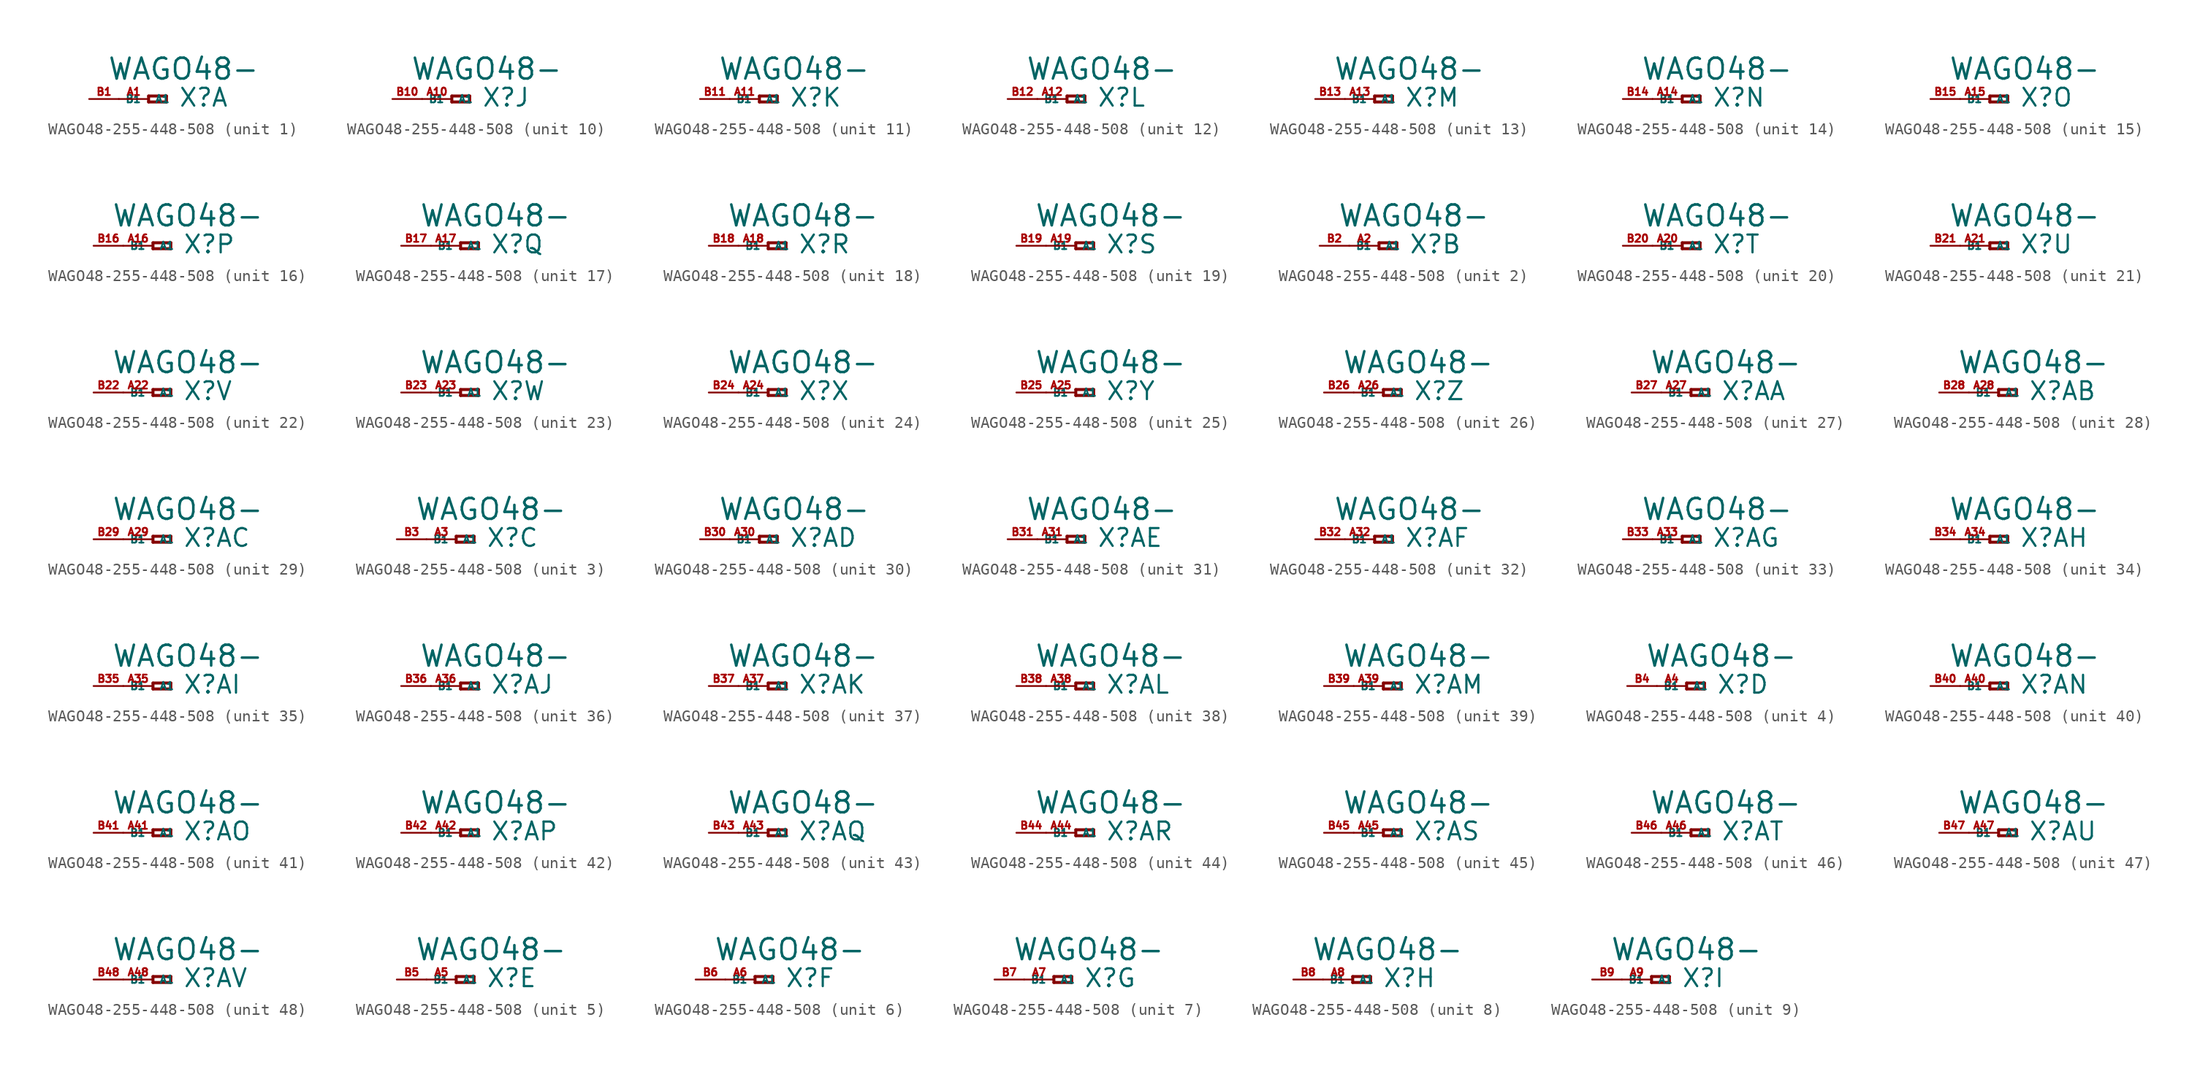
<source format=kicad_sym>
(kicad_symbol_lib
  (version 20220914)
  (generator Eagle2Kicad)
  (symbol "WAGO48-255-448-508"
    (property "Reference" "X"
      (at 2.54 -0.762 0)
      (effects (font (size 1.524 1.524) (thickness 0.19)) (justify left bottom)))
    (property "Value" "WAGO48-"
      (at -3.556 1.524 0)
      (effects (font (size 1.778 1.778) (thickness 0.22)) (justify left bottom)))
    (symbol "WAGO48-255-448-508_1_0"
      (polyline (pts (xy 0 0.254) (xy 0 -0.254)) (stroke (width 0.254) (type default)) (fill (type none)))
      (polyline (pts (xy 0 -0.254) (xy 1.524 -0.254)) (stroke (width 0.254) (type default)) (fill (type none)))
      (polyline (pts (xy 1.524 -0.254) (xy 1.524 0.254)) (stroke (width 0.254) (type default)) (fill (type none)))
      (polyline (pts (xy 1.524 0.254) (xy 0 0.254)) (stroke (width 0.254) (type default)) (fill (type none)))
      (pin passive line (at -2.54 0 0) (length 2.54) (name "A1" (effects (font (size 0.635 0.635) (thickness 0.08)) (justify left bottom))) (number "A1" (effects (font (size 0.635 0.635) (thickness 0.08)) (justify left bottom))))
      (pin passive line (at -5.08 0 0) (length 2.54) (name "B1" (effects (font (size 0.635 0.635) (thickness 0.08)) (justify left bottom))) (number "B1" (effects (font (size 0.635 0.635) (thickness 0.08)) (justify left bottom)))))
    (symbol "WAGO48-255-448-508_2_0"
      (polyline (pts (xy 0 0.254) (xy 0 -0.254)) (stroke (width 0.254) (type default)) (fill (type none)))
      (polyline (pts (xy 0 -0.254) (xy 1.524 -0.254)) (stroke (width 0.254) (type default)) (fill (type none)))
      (polyline (pts (xy 1.524 -0.254) (xy 1.524 0.254)) (stroke (width 0.254) (type default)) (fill (type none)))
      (polyline (pts (xy 1.524 0.254) (xy 0 0.254)) (stroke (width 0.254) (type default)) (fill (type none)))
      (pin passive line (at -2.54 0 0) (length 2.54) (name "A1" (effects (font (size 0.635 0.635) (thickness 0.08)) (justify left bottom))) (number "A2" (effects (font (size 0.635 0.635) (thickness 0.08)) (justify left bottom))))
      (pin passive line (at -5.08 0 0) (length 2.54) (name "B1" (effects (font (size 0.635 0.635) (thickness 0.08)) (justify left bottom))) (number "B2" (effects (font (size 0.635 0.635) (thickness 0.08)) (justify left bottom)))))
    (symbol "WAGO48-255-448-508_3_0"
      (polyline (pts (xy 0 0.254) (xy 0 -0.254)) (stroke (width 0.254) (type default)) (fill (type none)))
      (polyline (pts (xy 0 -0.254) (xy 1.524 -0.254)) (stroke (width 0.254) (type default)) (fill (type none)))
      (polyline (pts (xy 1.524 -0.254) (xy 1.524 0.254)) (stroke (width 0.254) (type default)) (fill (type none)))
      (polyline (pts (xy 1.524 0.254) (xy 0 0.254)) (stroke (width 0.254) (type default)) (fill (type none)))
      (pin passive line (at -2.54 0 0) (length 2.54) (name "A1" (effects (font (size 0.635 0.635) (thickness 0.08)) (justify left bottom))) (number "A3" (effects (font (size 0.635 0.635) (thickness 0.08)) (justify left bottom))))
      (pin passive line (at -5.08 0 0) (length 2.54) (name "B1" (effects (font (size 0.635 0.635) (thickness 0.08)) (justify left bottom))) (number "B3" (effects (font (size 0.635 0.635) (thickness 0.08)) (justify left bottom)))))
    (symbol "WAGO48-255-448-508_4_0"
      (polyline (pts (xy 0 0.254) (xy 0 -0.254)) (stroke (width 0.254) (type default)) (fill (type none)))
      (polyline (pts (xy 0 -0.254) (xy 1.524 -0.254)) (stroke (width 0.254) (type default)) (fill (type none)))
      (polyline (pts (xy 1.524 -0.254) (xy 1.524 0.254)) (stroke (width 0.254) (type default)) (fill (type none)))
      (polyline (pts (xy 1.524 0.254) (xy 0 0.254)) (stroke (width 0.254) (type default)) (fill (type none)))
      (pin passive line (at -2.54 0 0) (length 2.54) (name "A1" (effects (font (size 0.635 0.635) (thickness 0.08)) (justify left bottom))) (number "A4" (effects (font (size 0.635 0.635) (thickness 0.08)) (justify left bottom))))
      (pin passive line (at -5.08 0 0) (length 2.54) (name "B1" (effects (font (size 0.635 0.635) (thickness 0.08)) (justify left bottom))) (number "B4" (effects (font (size 0.635 0.635) (thickness 0.08)) (justify left bottom)))))
    (symbol "WAGO48-255-448-508_5_0"
      (polyline (pts (xy 0 0.254) (xy 0 -0.254)) (stroke (width 0.254) (type default)) (fill (type none)))
      (polyline (pts (xy 0 -0.254) (xy 1.524 -0.254)) (stroke (width 0.254) (type default)) (fill (type none)))
      (polyline (pts (xy 1.524 -0.254) (xy 1.524 0.254)) (stroke (width 0.254) (type default)) (fill (type none)))
      (polyline (pts (xy 1.524 0.254) (xy 0 0.254)) (stroke (width 0.254) (type default)) (fill (type none)))
      (pin passive line (at -2.54 0 0) (length 2.54) (name "A1" (effects (font (size 0.635 0.635) (thickness 0.08)) (justify left bottom))) (number "A5" (effects (font (size 0.635 0.635) (thickness 0.08)) (justify left bottom))))
      (pin passive line (at -5.08 0 0) (length 2.54) (name "B1" (effects (font (size 0.635 0.635) (thickness 0.08)) (justify left bottom))) (number "B5" (effects (font (size 0.635 0.635) (thickness 0.08)) (justify left bottom)))))
    (symbol "WAGO48-255-448-508_6_0"
      (polyline (pts (xy 0 0.254) (xy 0 -0.254)) (stroke (width 0.254) (type default)) (fill (type none)))
      (polyline (pts (xy 0 -0.254) (xy 1.524 -0.254)) (stroke (width 0.254) (type default)) (fill (type none)))
      (polyline (pts (xy 1.524 -0.254) (xy 1.524 0.254)) (stroke (width 0.254) (type default)) (fill (type none)))
      (polyline (pts (xy 1.524 0.254) (xy 0 0.254)) (stroke (width 0.254) (type default)) (fill (type none)))
      (pin passive line (at -2.54 0 0) (length 2.54) (name "A1" (effects (font (size 0.635 0.635) (thickness 0.08)) (justify left bottom))) (number "A6" (effects (font (size 0.635 0.635) (thickness 0.08)) (justify left bottom))))
      (pin passive line (at -5.08 0 0) (length 2.54) (name "B1" (effects (font (size 0.635 0.635) (thickness 0.08)) (justify left bottom))) (number "B6" (effects (font (size 0.635 0.635) (thickness 0.08)) (justify left bottom)))))
    (symbol "WAGO48-255-448-508_7_0"
      (polyline (pts (xy 0 0.254) (xy 0 -0.254)) (stroke (width 0.254) (type default)) (fill (type none)))
      (polyline (pts (xy 0 -0.254) (xy 1.524 -0.254)) (stroke (width 0.254) (type default)) (fill (type none)))
      (polyline (pts (xy 1.524 -0.254) (xy 1.524 0.254)) (stroke (width 0.254) (type default)) (fill (type none)))
      (polyline (pts (xy 1.524 0.254) (xy 0 0.254)) (stroke (width 0.254) (type default)) (fill (type none)))
      (pin passive line (at -2.54 0 0) (length 2.54) (name "A1" (effects (font (size 0.635 0.635) (thickness 0.08)) (justify left bottom))) (number "A7" (effects (font (size 0.635 0.635) (thickness 0.08)) (justify left bottom))))
      (pin passive line (at -5.08 0 0) (length 2.54) (name "B1" (effects (font (size 0.635 0.635) (thickness 0.08)) (justify left bottom))) (number "B7" (effects (font (size 0.635 0.635) (thickness 0.08)) (justify left bottom)))))
    (symbol "WAGO48-255-448-508_8_0"
      (polyline (pts (xy 0 0.254) (xy 0 -0.254)) (stroke (width 0.254) (type default)) (fill (type none)))
      (polyline (pts (xy 0 -0.254) (xy 1.524 -0.254)) (stroke (width 0.254) (type default)) (fill (type none)))
      (polyline (pts (xy 1.524 -0.254) (xy 1.524 0.254)) (stroke (width 0.254) (type default)) (fill (type none)))
      (polyline (pts (xy 1.524 0.254) (xy 0 0.254)) (stroke (width 0.254) (type default)) (fill (type none)))
      (pin passive line (at -2.54 0 0) (length 2.54) (name "A1" (effects (font (size 0.635 0.635) (thickness 0.08)) (justify left bottom))) (number "A8" (effects (font (size 0.635 0.635) (thickness 0.08)) (justify left bottom))))
      (pin passive line (at -5.08 0 0) (length 2.54) (name "B1" (effects (font (size 0.635 0.635) (thickness 0.08)) (justify left bottom))) (number "B8" (effects (font (size 0.635 0.635) (thickness 0.08)) (justify left bottom)))))
    (symbol "WAGO48-255-448-508_9_0"
      (polyline (pts (xy 0 0.254) (xy 0 -0.254)) (stroke (width 0.254) (type default)) (fill (type none)))
      (polyline (pts (xy 0 -0.254) (xy 1.524 -0.254)) (stroke (width 0.254) (type default)) (fill (type none)))
      (polyline (pts (xy 1.524 -0.254) (xy 1.524 0.254)) (stroke (width 0.254) (type default)) (fill (type none)))
      (polyline (pts (xy 1.524 0.254) (xy 0 0.254)) (stroke (width 0.254) (type default)) (fill (type none)))
      (pin passive line (at -2.54 0 0) (length 2.54) (name "A1" (effects (font (size 0.635 0.635) (thickness 0.08)) (justify left bottom))) (number "A9" (effects (font (size 0.635 0.635) (thickness 0.08)) (justify left bottom))))
      (pin passive line (at -5.08 0 0) (length 2.54) (name "B1" (effects (font (size 0.635 0.635) (thickness 0.08)) (justify left bottom))) (number "B9" (effects (font (size 0.635 0.635) (thickness 0.08)) (justify left bottom)))))
    (symbol "WAGO48-255-448-508_10_0"
      (polyline (pts (xy 0 0.254) (xy 0 -0.254)) (stroke (width 0.254) (type default)) (fill (type none)))
      (polyline (pts (xy 0 -0.254) (xy 1.524 -0.254)) (stroke (width 0.254) (type default)) (fill (type none)))
      (polyline (pts (xy 1.524 -0.254) (xy 1.524 0.254)) (stroke (width 0.254) (type default)) (fill (type none)))
      (polyline (pts (xy 1.524 0.254) (xy 0 0.254)) (stroke (width 0.254) (type default)) (fill (type none)))
      (pin passive line (at -2.54 0 0) (length 2.54) (name "A1" (effects (font (size 0.635 0.635) (thickness 0.08)) (justify left bottom))) (number "A10" (effects (font (size 0.635 0.635) (thickness 0.08)) (justify left bottom))))
      (pin passive line (at -5.08 0 0) (length 2.54) (name "B1" (effects (font (size 0.635 0.635) (thickness 0.08)) (justify left bottom))) (number "B10" (effects (font (size 0.635 0.635) (thickness 0.08)) (justify left bottom)))))
    (symbol "WAGO48-255-448-508_11_0"
      (polyline (pts (xy 0 0.254) (xy 0 -0.254)) (stroke (width 0.254) (type default)) (fill (type none)))
      (polyline (pts (xy 0 -0.254) (xy 1.524 -0.254)) (stroke (width 0.254) (type default)) (fill (type none)))
      (polyline (pts (xy 1.524 -0.254) (xy 1.524 0.254)) (stroke (width 0.254) (type default)) (fill (type none)))
      (polyline (pts (xy 1.524 0.254) (xy 0 0.254)) (stroke (width 0.254) (type default)) (fill (type none)))
      (pin passive line (at -2.54 0 0) (length 2.54) (name "A1" (effects (font (size 0.635 0.635) (thickness 0.08)) (justify left bottom))) (number "A11" (effects (font (size 0.635 0.635) (thickness 0.08)) (justify left bottom))))
      (pin passive line (at -5.08 0 0) (length 2.54) (name "B1" (effects (font (size 0.635 0.635) (thickness 0.08)) (justify left bottom))) (number "B11" (effects (font (size 0.635 0.635) (thickness 0.08)) (justify left bottom)))))
    (symbol "WAGO48-255-448-508_12_0"
      (polyline (pts (xy 0 0.254) (xy 0 -0.254)) (stroke (width 0.254) (type default)) (fill (type none)))
      (polyline (pts (xy 0 -0.254) (xy 1.524 -0.254)) (stroke (width 0.254) (type default)) (fill (type none)))
      (polyline (pts (xy 1.524 -0.254) (xy 1.524 0.254)) (stroke (width 0.254) (type default)) (fill (type none)))
      (polyline (pts (xy 1.524 0.254) (xy 0 0.254)) (stroke (width 0.254) (type default)) (fill (type none)))
      (pin passive line (at -2.54 0 0) (length 2.54) (name "A1" (effects (font (size 0.635 0.635) (thickness 0.08)) (justify left bottom))) (number "A12" (effects (font (size 0.635 0.635) (thickness 0.08)) (justify left bottom))))
      (pin passive line (at -5.08 0 0) (length 2.54) (name "B1" (effects (font (size 0.635 0.635) (thickness 0.08)) (justify left bottom))) (number "B12" (effects (font (size 0.635 0.635) (thickness 0.08)) (justify left bottom)))))
    (symbol "WAGO48-255-448-508_13_0"
      (polyline (pts (xy 0 0.254) (xy 0 -0.254)) (stroke (width 0.254) (type default)) (fill (type none)))
      (polyline (pts (xy 0 -0.254) (xy 1.524 -0.254)) (stroke (width 0.254) (type default)) (fill (type none)))
      (polyline (pts (xy 1.524 -0.254) (xy 1.524 0.254)) (stroke (width 0.254) (type default)) (fill (type none)))
      (polyline (pts (xy 1.524 0.254) (xy 0 0.254)) (stroke (width 0.254) (type default)) (fill (type none)))
      (pin passive line (at -2.54 0 0) (length 2.54) (name "A1" (effects (font (size 0.635 0.635) (thickness 0.08)) (justify left bottom))) (number "A13" (effects (font (size 0.635 0.635) (thickness 0.08)) (justify left bottom))))
      (pin passive line (at -5.08 0 0) (length 2.54) (name "B1" (effects (font (size 0.635 0.635) (thickness 0.08)) (justify left bottom))) (number "B13" (effects (font (size 0.635 0.635) (thickness 0.08)) (justify left bottom)))))
    (symbol "WAGO48-255-448-508_14_0"
      (polyline (pts (xy 0 0.254) (xy 0 -0.254)) (stroke (width 0.254) (type default)) (fill (type none)))
      (polyline (pts (xy 0 -0.254) (xy 1.524 -0.254)) (stroke (width 0.254) (type default)) (fill (type none)))
      (polyline (pts (xy 1.524 -0.254) (xy 1.524 0.254)) (stroke (width 0.254) (type default)) (fill (type none)))
      (polyline (pts (xy 1.524 0.254) (xy 0 0.254)) (stroke (width 0.254) (type default)) (fill (type none)))
      (pin passive line (at -2.54 0 0) (length 2.54) (name "A1" (effects (font (size 0.635 0.635) (thickness 0.08)) (justify left bottom))) (number "A14" (effects (font (size 0.635 0.635) (thickness 0.08)) (justify left bottom))))
      (pin passive line (at -5.08 0 0) (length 2.54) (name "B1" (effects (font (size 0.635 0.635) (thickness 0.08)) (justify left bottom))) (number "B14" (effects (font (size 0.635 0.635) (thickness 0.08)) (justify left bottom)))))
    (symbol "WAGO48-255-448-508_15_0"
      (polyline (pts (xy 0 0.254) (xy 0 -0.254)) (stroke (width 0.254) (type default)) (fill (type none)))
      (polyline (pts (xy 0 -0.254) (xy 1.524 -0.254)) (stroke (width 0.254) (type default)) (fill (type none)))
      (polyline (pts (xy 1.524 -0.254) (xy 1.524 0.254)) (stroke (width 0.254) (type default)) (fill (type none)))
      (polyline (pts (xy 1.524 0.254) (xy 0 0.254)) (stroke (width 0.254) (type default)) (fill (type none)))
      (pin passive line (at -2.54 0 0) (length 2.54) (name "A1" (effects (font (size 0.635 0.635) (thickness 0.08)) (justify left bottom))) (number "A15" (effects (font (size 0.635 0.635) (thickness 0.08)) (justify left bottom))))
      (pin passive line (at -5.08 0 0) (length 2.54) (name "B1" (effects (font (size 0.635 0.635) (thickness 0.08)) (justify left bottom))) (number "B15" (effects (font (size 0.635 0.635) (thickness 0.08)) (justify left bottom)))))
    (symbol "WAGO48-255-448-508_16_0"
      (polyline (pts (xy 0 0.254) (xy 0 -0.254)) (stroke (width 0.254) (type default)) (fill (type none)))
      (polyline (pts (xy 0 -0.254) (xy 1.524 -0.254)) (stroke (width 0.254) (type default)) (fill (type none)))
      (polyline (pts (xy 1.524 -0.254) (xy 1.524 0.254)) (stroke (width 0.254) (type default)) (fill (type none)))
      (polyline (pts (xy 1.524 0.254) (xy 0 0.254)) (stroke (width 0.254) (type default)) (fill (type none)))
      (pin passive line (at -2.54 0 0) (length 2.54) (name "A1" (effects (font (size 0.635 0.635) (thickness 0.08)) (justify left bottom))) (number "A16" (effects (font (size 0.635 0.635) (thickness 0.08)) (justify left bottom))))
      (pin passive line (at -5.08 0 0) (length 2.54) (name "B1" (effects (font (size 0.635 0.635) (thickness 0.08)) (justify left bottom))) (number "B16" (effects (font (size 0.635 0.635) (thickness 0.08)) (justify left bottom)))))
    (symbol "WAGO48-255-448-508_17_0"
      (polyline (pts (xy 0 0.254) (xy 0 -0.254)) (stroke (width 0.254) (type default)) (fill (type none)))
      (polyline (pts (xy 0 -0.254) (xy 1.524 -0.254)) (stroke (width 0.254) (type default)) (fill (type none)))
      (polyline (pts (xy 1.524 -0.254) (xy 1.524 0.254)) (stroke (width 0.254) (type default)) (fill (type none)))
      (polyline (pts (xy 1.524 0.254) (xy 0 0.254)) (stroke (width 0.254) (type default)) (fill (type none)))
      (pin passive line (at -2.54 0 0) (length 2.54) (name "A1" (effects (font (size 0.635 0.635) (thickness 0.08)) (justify left bottom))) (number "A17" (effects (font (size 0.635 0.635) (thickness 0.08)) (justify left bottom))))
      (pin passive line (at -5.08 0 0) (length 2.54) (name "B1" (effects (font (size 0.635 0.635) (thickness 0.08)) (justify left bottom))) (number "B17" (effects (font (size 0.635 0.635) (thickness 0.08)) (justify left bottom)))))
    (symbol "WAGO48-255-448-508_18_0"
      (polyline (pts (xy 0 0.254) (xy 0 -0.254)) (stroke (width 0.254) (type default)) (fill (type none)))
      (polyline (pts (xy 0 -0.254) (xy 1.524 -0.254)) (stroke (width 0.254) (type default)) (fill (type none)))
      (polyline (pts (xy 1.524 -0.254) (xy 1.524 0.254)) (stroke (width 0.254) (type default)) (fill (type none)))
      (polyline (pts (xy 1.524 0.254) (xy 0 0.254)) (stroke (width 0.254) (type default)) (fill (type none)))
      (pin passive line (at -2.54 0 0) (length 2.54) (name "A1" (effects (font (size 0.635 0.635) (thickness 0.08)) (justify left bottom))) (number "A18" (effects (font (size 0.635 0.635) (thickness 0.08)) (justify left bottom))))
      (pin passive line (at -5.08 0 0) (length 2.54) (name "B1" (effects (font (size 0.635 0.635) (thickness 0.08)) (justify left bottom))) (number "B18" (effects (font (size 0.635 0.635) (thickness 0.08)) (justify left bottom)))))
    (symbol "WAGO48-255-448-508_19_0"
      (polyline (pts (xy 0 0.254) (xy 0 -0.254)) (stroke (width 0.254) (type default)) (fill (type none)))
      (polyline (pts (xy 0 -0.254) (xy 1.524 -0.254)) (stroke (width 0.254) (type default)) (fill (type none)))
      (polyline (pts (xy 1.524 -0.254) (xy 1.524 0.254)) (stroke (width 0.254) (type default)) (fill (type none)))
      (polyline (pts (xy 1.524 0.254) (xy 0 0.254)) (stroke (width 0.254) (type default)) (fill (type none)))
      (pin passive line (at -2.54 0 0) (length 2.54) (name "A1" (effects (font (size 0.635 0.635) (thickness 0.08)) (justify left bottom))) (number "A19" (effects (font (size 0.635 0.635) (thickness 0.08)) (justify left bottom))))
      (pin passive line (at -5.08 0 0) (length 2.54) (name "B1" (effects (font (size 0.635 0.635) (thickness 0.08)) (justify left bottom))) (number "B19" (effects (font (size 0.635 0.635) (thickness 0.08)) (justify left bottom)))))
    (symbol "WAGO48-255-448-508_20_0"
      (polyline (pts (xy 0 0.254) (xy 0 -0.254)) (stroke (width 0.254) (type default)) (fill (type none)))
      (polyline (pts (xy 0 -0.254) (xy 1.524 -0.254)) (stroke (width 0.254) (type default)) (fill (type none)))
      (polyline (pts (xy 1.524 -0.254) (xy 1.524 0.254)) (stroke (width 0.254) (type default)) (fill (type none)))
      (polyline (pts (xy 1.524 0.254) (xy 0 0.254)) (stroke (width 0.254) (type default)) (fill (type none)))
      (pin passive line (at -2.54 0 0) (length 2.54) (name "A1" (effects (font (size 0.635 0.635) (thickness 0.08)) (justify left bottom))) (number "A20" (effects (font (size 0.635 0.635) (thickness 0.08)) (justify left bottom))))
      (pin passive line (at -5.08 0 0) (length 2.54) (name "B1" (effects (font (size 0.635 0.635) (thickness 0.08)) (justify left bottom))) (number "B20" (effects (font (size 0.635 0.635) (thickness 0.08)) (justify left bottom)))))
    (symbol "WAGO48-255-448-508_21_0"
      (polyline (pts (xy 0 0.254) (xy 0 -0.254)) (stroke (width 0.254) (type default)) (fill (type none)))
      (polyline (pts (xy 0 -0.254) (xy 1.524 -0.254)) (stroke (width 0.254) (type default)) (fill (type none)))
      (polyline (pts (xy 1.524 -0.254) (xy 1.524 0.254)) (stroke (width 0.254) (type default)) (fill (type none)))
      (polyline (pts (xy 1.524 0.254) (xy 0 0.254)) (stroke (width 0.254) (type default)) (fill (type none)))
      (pin passive line (at -2.54 0 0) (length 2.54) (name "A1" (effects (font (size 0.635 0.635) (thickness 0.08)) (justify left bottom))) (number "A21" (effects (font (size 0.635 0.635) (thickness 0.08)) (justify left bottom))))
      (pin passive line (at -5.08 0 0) (length 2.54) (name "B1" (effects (font (size 0.635 0.635) (thickness 0.08)) (justify left bottom))) (number "B21" (effects (font (size 0.635 0.635) (thickness 0.08)) (justify left bottom)))))
    (symbol "WAGO48-255-448-508_22_0"
      (polyline (pts (xy 0 0.254) (xy 0 -0.254)) (stroke (width 0.254) (type default)) (fill (type none)))
      (polyline (pts (xy 0 -0.254) (xy 1.524 -0.254)) (stroke (width 0.254) (type default)) (fill (type none)))
      (polyline (pts (xy 1.524 -0.254) (xy 1.524 0.254)) (stroke (width 0.254) (type default)) (fill (type none)))
      (polyline (pts (xy 1.524 0.254) (xy 0 0.254)) (stroke (width 0.254) (type default)) (fill (type none)))
      (pin passive line (at -2.54 0 0) (length 2.54) (name "A1" (effects (font (size 0.635 0.635) (thickness 0.08)) (justify left bottom))) (number "A22" (effects (font (size 0.635 0.635) (thickness 0.08)) (justify left bottom))))
      (pin passive line (at -5.08 0 0) (length 2.54) (name "B1" (effects (font (size 0.635 0.635) (thickness 0.08)) (justify left bottom))) (number "B22" (effects (font (size 0.635 0.635) (thickness 0.08)) (justify left bottom)))))
    (symbol "WAGO48-255-448-508_23_0"
      (polyline (pts (xy 0 0.254) (xy 0 -0.254)) (stroke (width 0.254) (type default)) (fill (type none)))
      (polyline (pts (xy 0 -0.254) (xy 1.524 -0.254)) (stroke (width 0.254) (type default)) (fill (type none)))
      (polyline (pts (xy 1.524 -0.254) (xy 1.524 0.254)) (stroke (width 0.254) (type default)) (fill (type none)))
      (polyline (pts (xy 1.524 0.254) (xy 0 0.254)) (stroke (width 0.254) (type default)) (fill (type none)))
      (pin passive line (at -2.54 0 0) (length 2.54) (name "A1" (effects (font (size 0.635 0.635) (thickness 0.08)) (justify left bottom))) (number "A23" (effects (font (size 0.635 0.635) (thickness 0.08)) (justify left bottom))))
      (pin passive line (at -5.08 0 0) (length 2.54) (name "B1" (effects (font (size 0.635 0.635) (thickness 0.08)) (justify left bottom))) (number "B23" (effects (font (size 0.635 0.635) (thickness 0.08)) (justify left bottom)))))
    (symbol "WAGO48-255-448-508_24_0"
      (polyline (pts (xy 0 0.254) (xy 0 -0.254)) (stroke (width 0.254) (type default)) (fill (type none)))
      (polyline (pts (xy 0 -0.254) (xy 1.524 -0.254)) (stroke (width 0.254) (type default)) (fill (type none)))
      (polyline (pts (xy 1.524 -0.254) (xy 1.524 0.254)) (stroke (width 0.254) (type default)) (fill (type none)))
      (polyline (pts (xy 1.524 0.254) (xy 0 0.254)) (stroke (width 0.254) (type default)) (fill (type none)))
      (pin passive line (at -2.54 0 0) (length 2.54) (name "A1" (effects (font (size 0.635 0.635) (thickness 0.08)) (justify left bottom))) (number "A24" (effects (font (size 0.635 0.635) (thickness 0.08)) (justify left bottom))))
      (pin passive line (at -5.08 0 0) (length 2.54) (name "B1" (effects (font (size 0.635 0.635) (thickness 0.08)) (justify left bottom))) (number "B24" (effects (font (size 0.635 0.635) (thickness 0.08)) (justify left bottom)))))
    (symbol "WAGO48-255-448-508_25_0"
      (polyline (pts (xy 0 0.254) (xy 0 -0.254)) (stroke (width 0.254) (type default)) (fill (type none)))
      (polyline (pts (xy 0 -0.254) (xy 1.524 -0.254)) (stroke (width 0.254) (type default)) (fill (type none)))
      (polyline (pts (xy 1.524 -0.254) (xy 1.524 0.254)) (stroke (width 0.254) (type default)) (fill (type none)))
      (polyline (pts (xy 1.524 0.254) (xy 0 0.254)) (stroke (width 0.254) (type default)) (fill (type none)))
      (pin passive line (at -2.54 0 0) (length 2.54) (name "A1" (effects (font (size 0.635 0.635) (thickness 0.08)) (justify left bottom))) (number "A25" (effects (font (size 0.635 0.635) (thickness 0.08)) (justify left bottom))))
      (pin passive line (at -5.08 0 0) (length 2.54) (name "B1" (effects (font (size 0.635 0.635) (thickness 0.08)) (justify left bottom))) (number "B25" (effects (font (size 0.635 0.635) (thickness 0.08)) (justify left bottom)))))
    (symbol "WAGO48-255-448-508_26_0"
      (polyline (pts (xy 0 0.254) (xy 0 -0.254)) (stroke (width 0.254) (type default)) (fill (type none)))
      (polyline (pts (xy 0 -0.254) (xy 1.524 -0.254)) (stroke (width 0.254) (type default)) (fill (type none)))
      (polyline (pts (xy 1.524 -0.254) (xy 1.524 0.254)) (stroke (width 0.254) (type default)) (fill (type none)))
      (polyline (pts (xy 1.524 0.254) (xy 0 0.254)) (stroke (width 0.254) (type default)) (fill (type none)))
      (pin passive line (at -2.54 0 0) (length 2.54) (name "A1" (effects (font (size 0.635 0.635) (thickness 0.08)) (justify left bottom))) (number "A26" (effects (font (size 0.635 0.635) (thickness 0.08)) (justify left bottom))))
      (pin passive line (at -5.08 0 0) (length 2.54) (name "B1" (effects (font (size 0.635 0.635) (thickness 0.08)) (justify left bottom))) (number "B26" (effects (font (size 0.635 0.635) (thickness 0.08)) (justify left bottom)))))
    (symbol "WAGO48-255-448-508_27_0"
      (polyline (pts (xy 0 0.254) (xy 0 -0.254)) (stroke (width 0.254) (type default)) (fill (type none)))
      (polyline (pts (xy 0 -0.254) (xy 1.524 -0.254)) (stroke (width 0.254) (type default)) (fill (type none)))
      (polyline (pts (xy 1.524 -0.254) (xy 1.524 0.254)) (stroke (width 0.254) (type default)) (fill (type none)))
      (polyline (pts (xy 1.524 0.254) (xy 0 0.254)) (stroke (width 0.254) (type default)) (fill (type none)))
      (pin passive line (at -2.54 0 0) (length 2.54) (name "A1" (effects (font (size 0.635 0.635) (thickness 0.08)) (justify left bottom))) (number "A27" (effects (font (size 0.635 0.635) (thickness 0.08)) (justify left bottom))))
      (pin passive line (at -5.08 0 0) (length 2.54) (name "B1" (effects (font (size 0.635 0.635) (thickness 0.08)) (justify left bottom))) (number "B27" (effects (font (size 0.635 0.635) (thickness 0.08)) (justify left bottom)))))
    (symbol "WAGO48-255-448-508_28_0"
      (polyline (pts (xy 0 0.254) (xy 0 -0.254)) (stroke (width 0.254) (type default)) (fill (type none)))
      (polyline (pts (xy 0 -0.254) (xy 1.524 -0.254)) (stroke (width 0.254) (type default)) (fill (type none)))
      (polyline (pts (xy 1.524 -0.254) (xy 1.524 0.254)) (stroke (width 0.254) (type default)) (fill (type none)))
      (polyline (pts (xy 1.524 0.254) (xy 0 0.254)) (stroke (width 0.254) (type default)) (fill (type none)))
      (pin passive line (at -2.54 0 0) (length 2.54) (name "A1" (effects (font (size 0.635 0.635) (thickness 0.08)) (justify left bottom))) (number "A28" (effects (font (size 0.635 0.635) (thickness 0.08)) (justify left bottom))))
      (pin passive line (at -5.08 0 0) (length 2.54) (name "B1" (effects (font (size 0.635 0.635) (thickness 0.08)) (justify left bottom))) (number "B28" (effects (font (size 0.635 0.635) (thickness 0.08)) (justify left bottom)))))
    (symbol "WAGO48-255-448-508_29_0"
      (polyline (pts (xy 0 0.254) (xy 0 -0.254)) (stroke (width 0.254) (type default)) (fill (type none)))
      (polyline (pts (xy 0 -0.254) (xy 1.524 -0.254)) (stroke (width 0.254) (type default)) (fill (type none)))
      (polyline (pts (xy 1.524 -0.254) (xy 1.524 0.254)) (stroke (width 0.254) (type default)) (fill (type none)))
      (polyline (pts (xy 1.524 0.254) (xy 0 0.254)) (stroke (width 0.254) (type default)) (fill (type none)))
      (pin passive line (at -2.54 0 0) (length 2.54) (name "A1" (effects (font (size 0.635 0.635) (thickness 0.08)) (justify left bottom))) (number "A29" (effects (font (size 0.635 0.635) (thickness 0.08)) (justify left bottom))))
      (pin passive line (at -5.08 0 0) (length 2.54) (name "B1" (effects (font (size 0.635 0.635) (thickness 0.08)) (justify left bottom))) (number "B29" (effects (font (size 0.635 0.635) (thickness 0.08)) (justify left bottom)))))
    (symbol "WAGO48-255-448-508_30_0"
      (polyline (pts (xy 0 0.254) (xy 0 -0.254)) (stroke (width 0.254) (type default)) (fill (type none)))
      (polyline (pts (xy 0 -0.254) (xy 1.524 -0.254)) (stroke (width 0.254) (type default)) (fill (type none)))
      (polyline (pts (xy 1.524 -0.254) (xy 1.524 0.254)) (stroke (width 0.254) (type default)) (fill (type none)))
      (polyline (pts (xy 1.524 0.254) (xy 0 0.254)) (stroke (width 0.254) (type default)) (fill (type none)))
      (pin passive line (at -2.54 0 0) (length 2.54) (name "A1" (effects (font (size 0.635 0.635) (thickness 0.08)) (justify left bottom))) (number "A30" (effects (font (size 0.635 0.635) (thickness 0.08)) (justify left bottom))))
      (pin passive line (at -5.08 0 0) (length 2.54) (name "B1" (effects (font (size 0.635 0.635) (thickness 0.08)) (justify left bottom))) (number "B30" (effects (font (size 0.635 0.635) (thickness 0.08)) (justify left bottom)))))
    (symbol "WAGO48-255-448-508_31_0"
      (polyline (pts (xy 0 0.254) (xy 0 -0.254)) (stroke (width 0.254) (type default)) (fill (type none)))
      (polyline (pts (xy 0 -0.254) (xy 1.524 -0.254)) (stroke (width 0.254) (type default)) (fill (type none)))
      (polyline (pts (xy 1.524 -0.254) (xy 1.524 0.254)) (stroke (width 0.254) (type default)) (fill (type none)))
      (polyline (pts (xy 1.524 0.254) (xy 0 0.254)) (stroke (width 0.254) (type default)) (fill (type none)))
      (pin passive line (at -2.54 0 0) (length 2.54) (name "A1" (effects (font (size 0.635 0.635) (thickness 0.08)) (justify left bottom))) (number "A31" (effects (font (size 0.635 0.635) (thickness 0.08)) (justify left bottom))))
      (pin passive line (at -5.08 0 0) (length 2.54) (name "B1" (effects (font (size 0.635 0.635) (thickness 0.08)) (justify left bottom))) (number "B31" (effects (font (size 0.635 0.635) (thickness 0.08)) (justify left bottom)))))
    (symbol "WAGO48-255-448-508_32_0"
      (polyline (pts (xy 0 0.254) (xy 0 -0.254)) (stroke (width 0.254) (type default)) (fill (type none)))
      (polyline (pts (xy 0 -0.254) (xy 1.524 -0.254)) (stroke (width 0.254) (type default)) (fill (type none)))
      (polyline (pts (xy 1.524 -0.254) (xy 1.524 0.254)) (stroke (width 0.254) (type default)) (fill (type none)))
      (polyline (pts (xy 1.524 0.254) (xy 0 0.254)) (stroke (width 0.254) (type default)) (fill (type none)))
      (pin passive line (at -2.54 0 0) (length 2.54) (name "A1" (effects (font (size 0.635 0.635) (thickness 0.08)) (justify left bottom))) (number "A32" (effects (font (size 0.635 0.635) (thickness 0.08)) (justify left bottom))))
      (pin passive line (at -5.08 0 0) (length 2.54) (name "B1" (effects (font (size 0.635 0.635) (thickness 0.08)) (justify left bottom))) (number "B32" (effects (font (size 0.635 0.635) (thickness 0.08)) (justify left bottom)))))
    (symbol "WAGO48-255-448-508_33_0"
      (polyline (pts (xy 0 0.254) (xy 0 -0.254)) (stroke (width 0.254) (type default)) (fill (type none)))
      (polyline (pts (xy 0 -0.254) (xy 1.524 -0.254)) (stroke (width 0.254) (type default)) (fill (type none)))
      (polyline (pts (xy 1.524 -0.254) (xy 1.524 0.254)) (stroke (width 0.254) (type default)) (fill (type none)))
      (polyline (pts (xy 1.524 0.254) (xy 0 0.254)) (stroke (width 0.254) (type default)) (fill (type none)))
      (pin passive line (at -2.54 0 0) (length 2.54) (name "A1" (effects (font (size 0.635 0.635) (thickness 0.08)) (justify left bottom))) (number "A33" (effects (font (size 0.635 0.635) (thickness 0.08)) (justify left bottom))))
      (pin passive line (at -5.08 0 0) (length 2.54) (name "B1" (effects (font (size 0.635 0.635) (thickness 0.08)) (justify left bottom))) (number "B33" (effects (font (size 0.635 0.635) (thickness 0.08)) (justify left bottom)))))
    (symbol "WAGO48-255-448-508_34_0"
      (polyline (pts (xy 0 0.254) (xy 0 -0.254)) (stroke (width 0.254) (type default)) (fill (type none)))
      (polyline (pts (xy 0 -0.254) (xy 1.524 -0.254)) (stroke (width 0.254) (type default)) (fill (type none)))
      (polyline (pts (xy 1.524 -0.254) (xy 1.524 0.254)) (stroke (width 0.254) (type default)) (fill (type none)))
      (polyline (pts (xy 1.524 0.254) (xy 0 0.254)) (stroke (width 0.254) (type default)) (fill (type none)))
      (pin passive line (at -2.54 0 0) (length 2.54) (name "A1" (effects (font (size 0.635 0.635) (thickness 0.08)) (justify left bottom))) (number "A34" (effects (font (size 0.635 0.635) (thickness 0.08)) (justify left bottom))))
      (pin passive line (at -5.08 0 0) (length 2.54) (name "B1" (effects (font (size 0.635 0.635) (thickness 0.08)) (justify left bottom))) (number "B34" (effects (font (size 0.635 0.635) (thickness 0.08)) (justify left bottom)))))
    (symbol "WAGO48-255-448-508_35_0"
      (polyline (pts (xy 0 0.254) (xy 0 -0.254)) (stroke (width 0.254) (type default)) (fill (type none)))
      (polyline (pts (xy 0 -0.254) (xy 1.524 -0.254)) (stroke (width 0.254) (type default)) (fill (type none)))
      (polyline (pts (xy 1.524 -0.254) (xy 1.524 0.254)) (stroke (width 0.254) (type default)) (fill (type none)))
      (polyline (pts (xy 1.524 0.254) (xy 0 0.254)) (stroke (width 0.254) (type default)) (fill (type none)))
      (pin passive line (at -2.54 0 0) (length 2.54) (name "A1" (effects (font (size 0.635 0.635) (thickness 0.08)) (justify left bottom))) (number "A35" (effects (font (size 0.635 0.635) (thickness 0.08)) (justify left bottom))))
      (pin passive line (at -5.08 0 0) (length 2.54) (name "B1" (effects (font (size 0.635 0.635) (thickness 0.08)) (justify left bottom))) (number "B35" (effects (font (size 0.635 0.635) (thickness 0.08)) (justify left bottom)))))
    (symbol "WAGO48-255-448-508_36_0"
      (polyline (pts (xy 0 0.254) (xy 0 -0.254)) (stroke (width 0.254) (type default)) (fill (type none)))
      (polyline (pts (xy 0 -0.254) (xy 1.524 -0.254)) (stroke (width 0.254) (type default)) (fill (type none)))
      (polyline (pts (xy 1.524 -0.254) (xy 1.524 0.254)) (stroke (width 0.254) (type default)) (fill (type none)))
      (polyline (pts (xy 1.524 0.254) (xy 0 0.254)) (stroke (width 0.254) (type default)) (fill (type none)))
      (pin passive line (at -2.54 0 0) (length 2.54) (name "A1" (effects (font (size 0.635 0.635) (thickness 0.08)) (justify left bottom))) (number "A36" (effects (font (size 0.635 0.635) (thickness 0.08)) (justify left bottom))))
      (pin passive line (at -5.08 0 0) (length 2.54) (name "B1" (effects (font (size 0.635 0.635) (thickness 0.08)) (justify left bottom))) (number "B36" (effects (font (size 0.635 0.635) (thickness 0.08)) (justify left bottom)))))
    (symbol "WAGO48-255-448-508_37_0"
      (polyline (pts (xy 0 0.254) (xy 0 -0.254)) (stroke (width 0.254) (type default)) (fill (type none)))
      (polyline (pts (xy 0 -0.254) (xy 1.524 -0.254)) (stroke (width 0.254) (type default)) (fill (type none)))
      (polyline (pts (xy 1.524 -0.254) (xy 1.524 0.254)) (stroke (width 0.254) (type default)) (fill (type none)))
      (polyline (pts (xy 1.524 0.254) (xy 0 0.254)) (stroke (width 0.254) (type default)) (fill (type none)))
      (pin passive line (at -2.54 0 0) (length 2.54) (name "A1" (effects (font (size 0.635 0.635) (thickness 0.08)) (justify left bottom))) (number "A37" (effects (font (size 0.635 0.635) (thickness 0.08)) (justify left bottom))))
      (pin passive line (at -5.08 0 0) (length 2.54) (name "B1" (effects (font (size 0.635 0.635) (thickness 0.08)) (justify left bottom))) (number "B37" (effects (font (size 0.635 0.635) (thickness 0.08)) (justify left bottom)))))
    (symbol "WAGO48-255-448-508_38_0"
      (polyline (pts (xy 0 0.254) (xy 0 -0.254)) (stroke (width 0.254) (type default)) (fill (type none)))
      (polyline (pts (xy 0 -0.254) (xy 1.524 -0.254)) (stroke (width 0.254) (type default)) (fill (type none)))
      (polyline (pts (xy 1.524 -0.254) (xy 1.524 0.254)) (stroke (width 0.254) (type default)) (fill (type none)))
      (polyline (pts (xy 1.524 0.254) (xy 0 0.254)) (stroke (width 0.254) (type default)) (fill (type none)))
      (pin passive line (at -2.54 0 0) (length 2.54) (name "A1" (effects (font (size 0.635 0.635) (thickness 0.08)) (justify left bottom))) (number "A38" (effects (font (size 0.635 0.635) (thickness 0.08)) (justify left bottom))))
      (pin passive line (at -5.08 0 0) (length 2.54) (name "B1" (effects (font (size 0.635 0.635) (thickness 0.08)) (justify left bottom))) (number "B38" (effects (font (size 0.635 0.635) (thickness 0.08)) (justify left bottom)))))
    (symbol "WAGO48-255-448-508_39_0"
      (polyline (pts (xy 0 0.254) (xy 0 -0.254)) (stroke (width 0.254) (type default)) (fill (type none)))
      (polyline (pts (xy 0 -0.254) (xy 1.524 -0.254)) (stroke (width 0.254) (type default)) (fill (type none)))
      (polyline (pts (xy 1.524 -0.254) (xy 1.524 0.254)) (stroke (width 0.254) (type default)) (fill (type none)))
      (polyline (pts (xy 1.524 0.254) (xy 0 0.254)) (stroke (width 0.254) (type default)) (fill (type none)))
      (pin passive line (at -2.54 0 0) (length 2.54) (name "A1" (effects (font (size 0.635 0.635) (thickness 0.08)) (justify left bottom))) (number "A39" (effects (font (size 0.635 0.635) (thickness 0.08)) (justify left bottom))))
      (pin passive line (at -5.08 0 0) (length 2.54) (name "B1" (effects (font (size 0.635 0.635) (thickness 0.08)) (justify left bottom))) (number "B39" (effects (font (size 0.635 0.635) (thickness 0.08)) (justify left bottom)))))
    (symbol "WAGO48-255-448-508_40_0"
      (polyline (pts (xy 0 0.254) (xy 0 -0.254)) (stroke (width 0.254) (type default)) (fill (type none)))
      (polyline (pts (xy 0 -0.254) (xy 1.524 -0.254)) (stroke (width 0.254) (type default)) (fill (type none)))
      (polyline (pts (xy 1.524 -0.254) (xy 1.524 0.254)) (stroke (width 0.254) (type default)) (fill (type none)))
      (polyline (pts (xy 1.524 0.254) (xy 0 0.254)) (stroke (width 0.254) (type default)) (fill (type none)))
      (pin passive line (at -2.54 0 0) (length 2.54) (name "A1" (effects (font (size 0.635 0.635) (thickness 0.08)) (justify left bottom))) (number "A40" (effects (font (size 0.635 0.635) (thickness 0.08)) (justify left bottom))))
      (pin passive line (at -5.08 0 0) (length 2.54) (name "B1" (effects (font (size 0.635 0.635) (thickness 0.08)) (justify left bottom))) (number "B40" (effects (font (size 0.635 0.635) (thickness 0.08)) (justify left bottom)))))
    (symbol "WAGO48-255-448-508_41_0"
      (polyline (pts (xy 0 0.254) (xy 0 -0.254)) (stroke (width 0.254) (type default)) (fill (type none)))
      (polyline (pts (xy 0 -0.254) (xy 1.524 -0.254)) (stroke (width 0.254) (type default)) (fill (type none)))
      (polyline (pts (xy 1.524 -0.254) (xy 1.524 0.254)) (stroke (width 0.254) (type default)) (fill (type none)))
      (polyline (pts (xy 1.524 0.254) (xy 0 0.254)) (stroke (width 0.254) (type default)) (fill (type none)))
      (pin passive line (at -2.54 0 0) (length 2.54) (name "A1" (effects (font (size 0.635 0.635) (thickness 0.08)) (justify left bottom))) (number "A41" (effects (font (size 0.635 0.635) (thickness 0.08)) (justify left bottom))))
      (pin passive line (at -5.08 0 0) (length 2.54) (name "B1" (effects (font (size 0.635 0.635) (thickness 0.08)) (justify left bottom))) (number "B41" (effects (font (size 0.635 0.635) (thickness 0.08)) (justify left bottom)))))
    (symbol "WAGO48-255-448-508_42_0"
      (polyline (pts (xy 0 0.254) (xy 0 -0.254)) (stroke (width 0.254) (type default)) (fill (type none)))
      (polyline (pts (xy 0 -0.254) (xy 1.524 -0.254)) (stroke (width 0.254) (type default)) (fill (type none)))
      (polyline (pts (xy 1.524 -0.254) (xy 1.524 0.254)) (stroke (width 0.254) (type default)) (fill (type none)))
      (polyline (pts (xy 1.524 0.254) (xy 0 0.254)) (stroke (width 0.254) (type default)) (fill (type none)))
      (pin passive line (at -2.54 0 0) (length 2.54) (name "A1" (effects (font (size 0.635 0.635) (thickness 0.08)) (justify left bottom))) (number "A42" (effects (font (size 0.635 0.635) (thickness 0.08)) (justify left bottom))))
      (pin passive line (at -5.08 0 0) (length 2.54) (name "B1" (effects (font (size 0.635 0.635) (thickness 0.08)) (justify left bottom))) (number "B42" (effects (font (size 0.635 0.635) (thickness 0.08)) (justify left bottom)))))
    (symbol "WAGO48-255-448-508_43_0"
      (polyline (pts (xy 0 0.254) (xy 0 -0.254)) (stroke (width 0.254) (type default)) (fill (type none)))
      (polyline (pts (xy 0 -0.254) (xy 1.524 -0.254)) (stroke (width 0.254) (type default)) (fill (type none)))
      (polyline (pts (xy 1.524 -0.254) (xy 1.524 0.254)) (stroke (width 0.254) (type default)) (fill (type none)))
      (polyline (pts (xy 1.524 0.254) (xy 0 0.254)) (stroke (width 0.254) (type default)) (fill (type none)))
      (pin passive line (at -2.54 0 0) (length 2.54) (name "A1" (effects (font (size 0.635 0.635) (thickness 0.08)) (justify left bottom))) (number "A43" (effects (font (size 0.635 0.635) (thickness 0.08)) (justify left bottom))))
      (pin passive line (at -5.08 0 0) (length 2.54) (name "B1" (effects (font (size 0.635 0.635) (thickness 0.08)) (justify left bottom))) (number "B43" (effects (font (size 0.635 0.635) (thickness 0.08)) (justify left bottom)))))
    (symbol "WAGO48-255-448-508_44_0"
      (polyline (pts (xy 0 0.254) (xy 0 -0.254)) (stroke (width 0.254) (type default)) (fill (type none)))
      (polyline (pts (xy 0 -0.254) (xy 1.524 -0.254)) (stroke (width 0.254) (type default)) (fill (type none)))
      (polyline (pts (xy 1.524 -0.254) (xy 1.524 0.254)) (stroke (width 0.254) (type default)) (fill (type none)))
      (polyline (pts (xy 1.524 0.254) (xy 0 0.254)) (stroke (width 0.254) (type default)) (fill (type none)))
      (pin passive line (at -2.54 0 0) (length 2.54) (name "A1" (effects (font (size 0.635 0.635) (thickness 0.08)) (justify left bottom))) (number "A44" (effects (font (size 0.635 0.635) (thickness 0.08)) (justify left bottom))))
      (pin passive line (at -5.08 0 0) (length 2.54) (name "B1" (effects (font (size 0.635 0.635) (thickness 0.08)) (justify left bottom))) (number "B44" (effects (font (size 0.635 0.635) (thickness 0.08)) (justify left bottom)))))
    (symbol "WAGO48-255-448-508_45_0"
      (polyline (pts (xy 0 0.254) (xy 0 -0.254)) (stroke (width 0.254) (type default)) (fill (type none)))
      (polyline (pts (xy 0 -0.254) (xy 1.524 -0.254)) (stroke (width 0.254) (type default)) (fill (type none)))
      (polyline (pts (xy 1.524 -0.254) (xy 1.524 0.254)) (stroke (width 0.254) (type default)) (fill (type none)))
      (polyline (pts (xy 1.524 0.254) (xy 0 0.254)) (stroke (width 0.254) (type default)) (fill (type none)))
      (pin passive line (at -2.54 0 0) (length 2.54) (name "A1" (effects (font (size 0.635 0.635) (thickness 0.08)) (justify left bottom))) (number "A45" (effects (font (size 0.635 0.635) (thickness 0.08)) (justify left bottom))))
      (pin passive line (at -5.08 0 0) (length 2.54) (name "B1" (effects (font (size 0.635 0.635) (thickness 0.08)) (justify left bottom))) (number "B45" (effects (font (size 0.635 0.635) (thickness 0.08)) (justify left bottom)))))
    (symbol "WAGO48-255-448-508_46_0"
      (polyline (pts (xy 0 0.254) (xy 0 -0.254)) (stroke (width 0.254) (type default)) (fill (type none)))
      (polyline (pts (xy 0 -0.254) (xy 1.524 -0.254)) (stroke (width 0.254) (type default)) (fill (type none)))
      (polyline (pts (xy 1.524 -0.254) (xy 1.524 0.254)) (stroke (width 0.254) (type default)) (fill (type none)))
      (polyline (pts (xy 1.524 0.254) (xy 0 0.254)) (stroke (width 0.254) (type default)) (fill (type none)))
      (pin passive line (at -2.54 0 0) (length 2.54) (name "A1" (effects (font (size 0.635 0.635) (thickness 0.08)) (justify left bottom))) (number "A46" (effects (font (size 0.635 0.635) (thickness 0.08)) (justify left bottom))))
      (pin passive line (at -5.08 0 0) (length 2.54) (name "B1" (effects (font (size 0.635 0.635) (thickness 0.08)) (justify left bottom))) (number "B46" (effects (font (size 0.635 0.635) (thickness 0.08)) (justify left bottom)))))
    (symbol "WAGO48-255-448-508_47_0"
      (polyline (pts (xy 0 0.254) (xy 0 -0.254)) (stroke (width 0.254) (type default)) (fill (type none)))
      (polyline (pts (xy 0 -0.254) (xy 1.524 -0.254)) (stroke (width 0.254) (type default)) (fill (type none)))
      (polyline (pts (xy 1.524 -0.254) (xy 1.524 0.254)) (stroke (width 0.254) (type default)) (fill (type none)))
      (polyline (pts (xy 1.524 0.254) (xy 0 0.254)) (stroke (width 0.254) (type default)) (fill (type none)))
      (pin passive line (at -2.54 0 0) (length 2.54) (name "A1" (effects (font (size 0.635 0.635) (thickness 0.08)) (justify left bottom))) (number "A47" (effects (font (size 0.635 0.635) (thickness 0.08)) (justify left bottom))))
      (pin passive line (at -5.08 0 0) (length 2.54) (name "B1" (effects (font (size 0.635 0.635) (thickness 0.08)) (justify left bottom))) (number "B47" (effects (font (size 0.635 0.635) (thickness 0.08)) (justify left bottom)))))
    (symbol "WAGO48-255-448-508_48_0"
      (polyline (pts (xy 0 0.254) (xy 0 -0.254)) (stroke (width 0.254) (type default)) (fill (type none)))
      (polyline (pts (xy 0 -0.254) (xy 1.524 -0.254)) (stroke (width 0.254) (type default)) (fill (type none)))
      (polyline (pts (xy 1.524 -0.254) (xy 1.524 0.254)) (stroke (width 0.254) (type default)) (fill (type none)))
      (polyline (pts (xy 1.524 0.254) (xy 0 0.254)) (stroke (width 0.254) (type default)) (fill (type none)))
      (pin passive line (at -2.54 0 0) (length 2.54) (name "A1" (effects (font (size 0.635 0.635) (thickness 0.08)) (justify left bottom))) (number "A48" (effects (font (size 0.635 0.635) (thickness 0.08)) (justify left bottom))))
      (pin passive line (at -5.08 0 0) (length 2.54) (name "B1" (effects (font (size 0.635 0.635) (thickness 0.08)) (justify left bottom))) (number "B48" (effects (font (size 0.635 0.635) (thickness 0.08)) (justify left bottom)))))))
</source>
